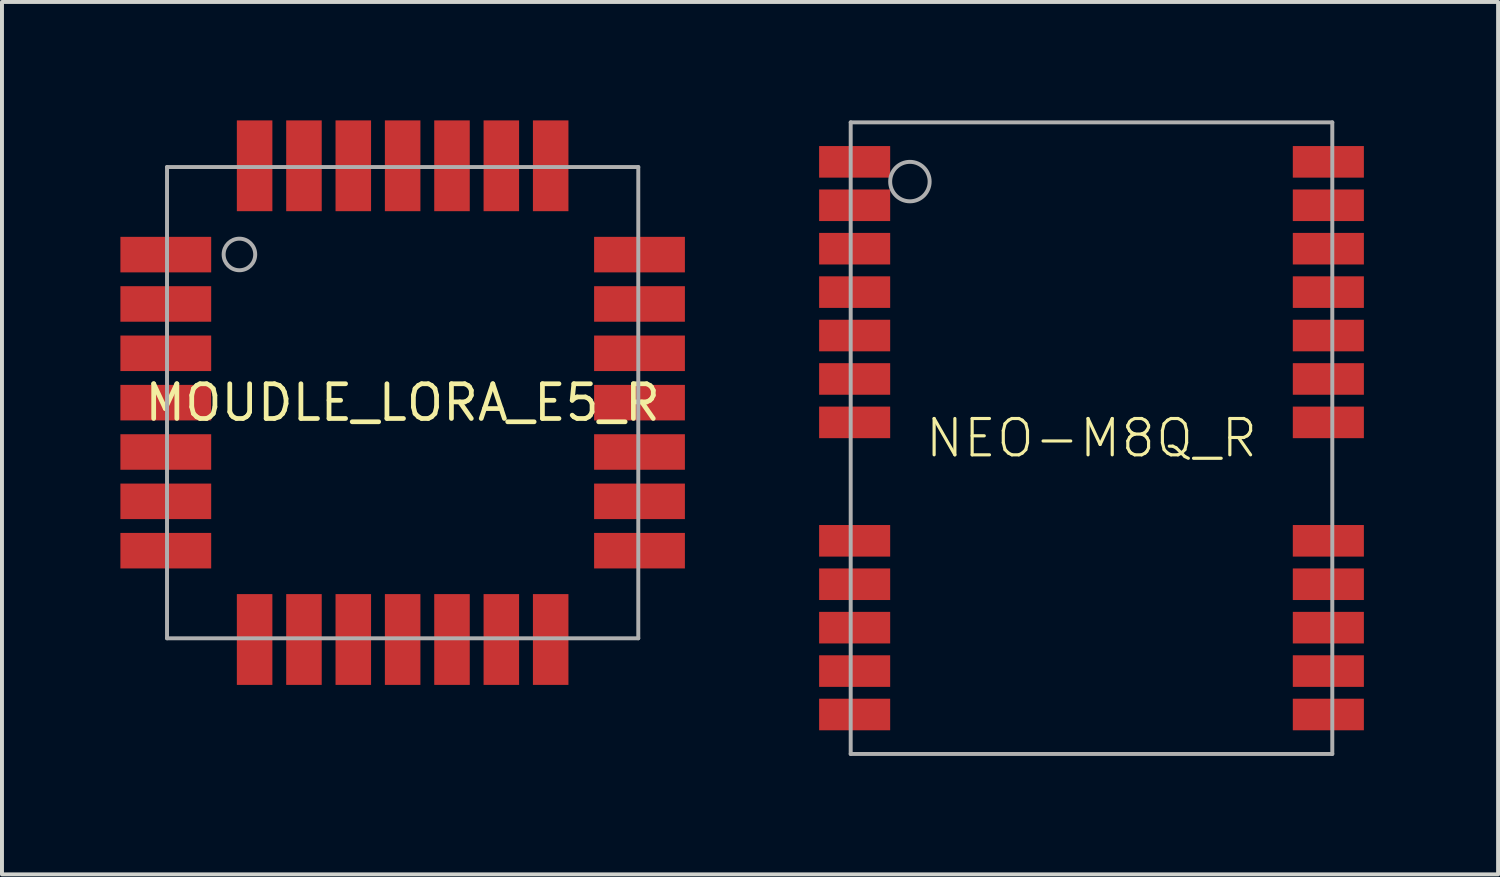
<source format=kicad_pcb>
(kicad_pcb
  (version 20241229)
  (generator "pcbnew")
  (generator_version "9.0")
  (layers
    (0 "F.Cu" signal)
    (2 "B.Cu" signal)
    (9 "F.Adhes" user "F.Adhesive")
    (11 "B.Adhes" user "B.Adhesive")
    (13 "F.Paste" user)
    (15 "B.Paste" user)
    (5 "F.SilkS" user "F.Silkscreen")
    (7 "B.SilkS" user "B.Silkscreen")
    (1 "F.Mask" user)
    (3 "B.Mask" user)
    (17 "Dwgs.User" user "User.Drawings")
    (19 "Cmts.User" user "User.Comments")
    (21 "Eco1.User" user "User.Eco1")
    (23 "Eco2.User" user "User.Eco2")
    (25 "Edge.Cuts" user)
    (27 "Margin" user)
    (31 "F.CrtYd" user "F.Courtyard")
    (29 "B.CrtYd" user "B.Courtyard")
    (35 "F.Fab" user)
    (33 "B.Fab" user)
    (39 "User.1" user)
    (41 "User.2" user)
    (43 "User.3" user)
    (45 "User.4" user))
  (footprint "MOUDLE_LORA_E5_R"
    (layer "F.Cu")
    (at 7.15 7.15)
    (property "Reference" "MOUDLE_LORA_E5_R" (at 0 0 0) (unlocked yes) (layer "F.SilkS") (effects (font (size 0.88 0.88) (thickness 0.12))))
    (fp_poly (pts (xy -4.85 -3.3) (xy -7.15 -3.3) (xy -7.15 -4.2) (xy -4.85 -4.2)) (stroke (width 0) (type default)) (fill yes) (layer "F.Paste"))
    (fp_poly (pts (xy -4.85 -2.05) (xy -7.15 -2.05) (xy -7.15 -2.95) (xy -4.85 -2.95)) (stroke (width 0) (type default)) (fill yes) (layer "F.Paste"))
    (fp_poly (pts (xy -4.85 -0.8) (xy -7.15 -0.8) (xy -7.15 -1.7) (xy -4.85 -1.7)) (stroke (width 0) (type default)) (fill yes) (layer "F.Paste"))
    (fp_poly (pts (xy -4.85 0.45) (xy -7.15 0.45) (xy -7.15 -0.45) (xy -4.85 -0.45)) (stroke (width 0) (type default)) (fill yes) (layer "F.Paste"))
    (fp_poly (pts (xy -4.85 1.7) (xy -7.15 1.7) (xy -7.15 0.8) (xy -4.85 0.8)) (stroke (width 0) (type default)) (fill yes) (layer "F.Paste"))
    (fp_poly (pts (xy -4.85 2.95) (xy -7.15 2.95) (xy -7.15 2.05) (xy -4.85 2.05)) (stroke (width 0) (type default)) (fill yes) (layer "F.Paste"))
    (fp_poly (pts (xy -4.85 4.2) (xy -7.15 4.2) (xy -7.15 3.3) (xy -4.85 3.3)) (stroke (width 0) (type default)) (fill yes) (layer "F.Paste"))
    (fp_poly (pts (xy -3.3 -4.85) (xy -4.2 -4.85) (xy -4.2 -7.15) (xy -3.3 -7.15)) (stroke (width 0) (type default)) (fill yes) (layer "F.Paste"))
    (fp_poly (pts (xy -3.3 7.15) (xy -4.2 7.15) (xy -4.2 4.85) (xy -3.3 4.85)) (stroke (width 0) (type default)) (fill yes) (layer "F.Paste"))
    (fp_poly (pts (xy -2.05 -4.85) (xy -2.95 -4.85) (xy -2.95 -7.15) (xy -2.05 -7.15)) (stroke (width 0) (type default)) (fill yes) (layer "F.Paste"))
    (fp_poly (pts (xy -2.05 7.15) (xy -2.95 7.15) (xy -2.95 4.85) (xy -2.05 4.85)) (stroke (width 0) (type default)) (fill yes) (layer "F.Paste"))
    (fp_poly (pts (xy -0.8 -4.85) (xy -1.7 -4.85) (xy -1.7 -7.15) (xy -0.8 -7.15)) (stroke (width 0) (type default)) (fill yes) (layer "F.Paste"))
    (fp_poly (pts (xy -0.8 7.15) (xy -1.7 7.15) (xy -1.7 4.85) (xy -0.8 4.85)) (stroke (width 0) (type default)) (fill yes) (layer "F.Paste"))
    (fp_poly (pts (xy 0.45 -4.85) (xy -0.45 -4.85) (xy -0.45 -7.15) (xy 0.45 -7.15)) (stroke (width 0) (type default)) (fill yes) (layer "F.Paste"))
    (fp_poly (pts (xy 0.45 7.15) (xy -0.45 7.15) (xy -0.45 4.85) (xy 0.45 4.85)) (stroke (width 0) (type default)) (fill yes) (layer "F.Paste"))
    (fp_poly (pts (xy 1.7 -4.85) (xy 0.8 -4.85) (xy 0.8 -7.15) (xy 1.7 -7.15)) (stroke (width 0) (type default)) (fill yes) (layer "F.Paste"))
    (fp_poly (pts (xy 1.7 7.15) (xy 0.8 7.15) (xy 0.8 4.85) (xy 1.7 4.85)) (stroke (width 0) (type default)) (fill yes) (layer "F.Paste"))
    (fp_poly (pts (xy 2.95 -4.85) (xy 2.05 -4.85) (xy 2.05 -7.15) (xy 2.95 -7.15)) (stroke (width 0) (type default)) (fill yes) (layer "F.Paste"))
    (fp_poly (pts (xy 2.95 7.15) (xy 2.05 7.15) (xy 2.05 4.85) (xy 2.95 4.85)) (stroke (width 0) (type default)) (fill yes) (layer "F.Paste"))
    (fp_poly (pts (xy 4.2 -4.85) (xy 3.3 -4.85) (xy 3.3 -7.15) (xy 4.2 -7.15)) (stroke (width 0) (type default)) (fill yes) (layer "F.Paste"))
    (fp_poly (pts (xy 4.2 7.15) (xy 3.3 7.15) (xy 3.3 4.85) (xy 4.2 4.85)) (stroke (width 0) (type default)) (fill yes) (layer "F.Paste"))
    (fp_poly (pts (xy 7.15 -3.3) (xy 4.85 -3.3) (xy 4.85 -4.2) (xy 7.15 -4.2)) (stroke (width 0) (type default)) (fill yes) (layer "F.Paste"))
    (fp_poly (pts (xy 7.15 -2.05) (xy 4.85 -2.05) (xy 4.85 -2.95) (xy 7.15 -2.95)) (stroke (width 0) (type default)) (fill yes) (layer "F.Paste"))
    (fp_poly (pts (xy 7.15 -0.8) (xy 4.85 -0.8) (xy 4.85 -1.7) (xy 7.15 -1.7)) (stroke (width 0) (type default)) (fill yes) (layer "F.Paste"))
    (fp_poly (pts (xy 7.15 0.45) (xy 4.85 0.45) (xy 4.85 -0.45) (xy 7.15 -0.45)) (stroke (width 0) (type default)) (fill yes) (layer "F.Paste"))
    (fp_poly (pts (xy 7.15 1.7) (xy 4.85 1.7) (xy 4.85 0.8) (xy 7.15 0.8)) (stroke (width 0) (type default)) (fill yes) (layer "F.Paste"))
    (fp_poly (pts (xy 7.15 2.95) (xy 4.85 2.95) (xy 4.85 2.05) (xy 7.15 2.05)) (stroke (width 0) (type default)) (fill yes) (layer "F.Paste"))
    (fp_poly (pts (xy 7.15 4.2) (xy 4.85 4.2) (xy 4.85 3.3) (xy 7.15 3.3)) (stroke (width 0) (type default)) (fill yes) (layer "F.Paste"))
    (fp_line (start -5.969 -5.969) (end -5.969 5.969) (stroke (width 0.1) (type solid)) (layer "F.Fab"))
    (fp_line (start 5.969 -5.969) (end -5.969 -5.969) (stroke (width 0.1) (type solid)) (layer "F.Fab"))
    (fp_line (start 5.969 -5.969) (end 5.969 5.969) (stroke (width 0.1) (type solid)) (layer "F.Fab"))
    (fp_line (start 5.969 5.969) (end -5.969 5.969) (stroke (width 0.1) (type solid)) (layer "F.Fab"))
    (fp_circle (center -4.135 -3.754) (end -3.735 -3.754) (stroke (width 0.1) (type solid)) (fill no) (layer "F.Fab"))
    (pad "1" smd rect (at -6 -3.75) (size 2.3 0.9) (layers "F.Cu" "F.Mask"))
    (pad "2" smd rect (at -6 -2.5) (size 2.3 0.9) (layers "F.Cu" "F.Mask"))
    (pad "3" smd rect (at -6 -1.25) (size 2.3 0.9) (layers "F.Cu" "F.Mask"))
    (pad "4" smd rect (at -6 0) (size 2.3 0.9) (layers "F.Cu" "F.Mask"))
    (pad "5" smd rect (at -6 1.25) (size 2.3 0.9) (layers "F.Cu" "F.Mask"))
    (pad "6" smd rect (at -6 2.5) (size 2.3 0.9) (layers "F.Cu" "F.Mask"))
    (pad "7" smd rect (at -6 3.75) (size 2.3 0.9) (layers "F.Cu" "F.Mask"))
    (pad "8" smd rect (at -3.75 6 90) (size 2.3 0.9) (layers "F.Cu" "F.Mask"))
    (pad "9" smd rect (at -2.5 6 90) (size 2.3 0.9) (layers "F.Cu" "F.Mask"))
    (pad "10" smd rect (at -1.25 6 90) (size 2.3 0.9) (layers "F.Cu" "F.Mask"))
    (pad "11" smd rect (at 0 6 90) (size 2.3 0.9) (layers "F.Cu" "F.Mask"))
    (pad "12" smd rect (at 1.25 6 90) (size 2.3 0.9) (layers "F.Cu" "F.Mask"))
    (pad "13" smd rect (at 2.5 6 90) (size 2.3 0.9) (layers "F.Cu" "F.Mask"))
    (pad "14" smd rect (at 3.75 6 90) (size 2.3 0.9) (layers "F.Cu" "F.Mask"))
    (pad "15" smd rect (at 6 3.75 180) (size 2.3 0.9) (layers "F.Cu" "F.Mask"))
    (pad "16" smd rect (at 6 2.5 180) (size 2.3 0.9) (layers "F.Cu" "F.Mask"))
    (pad "17" smd rect (at 6 1.25 180) (size 2.3 0.9) (layers "F.Cu" "F.Mask"))
    (pad "18" smd rect (at 6 0 180) (size 2.3 0.9) (layers "F.Cu" "F.Mask"))
    (pad "19" smd rect (at 6 -1.25 180) (size 2.3 0.9) (layers "F.Cu" "F.Mask"))
    (pad "20" smd rect (at 6 -2.5 180) (size 2.3 0.9) (layers "F.Cu" "F.Mask"))
    (pad "21" smd rect (at 6 -3.75 180) (size 2.3 0.9) (layers "F.Cu" "F.Mask"))
    (pad "22" smd rect (at 3.75 -6 270) (size 2.3 0.9) (layers "F.Cu" "F.Mask"))
    (pad "23" smd rect (at 2.5 -6 270) (size 2.3 0.9) (layers "F.Cu" "F.Mask"))
    (pad "24" smd rect (at 1.25 -6 270) (size 2.3 0.9) (layers "F.Cu" "F.Mask"))
    (pad "25" smd rect (at 0 -6 270) (size 2.3 0.9) (layers "F.Cu" "F.Mask"))
    (pad "26" smd rect (at -1.25 -6 270) (size 2.3 0.9) (layers "F.Cu" "F.Mask"))
    (pad "27" smd rect (at -2.5 -6 270) (size 2.3 0.9) (layers "F.Cu" "F.Mask"))
    (pad "28" smd rect (at -3.75 -6 270) (size 2.3 0.9) (layers "F.Cu" "F.Mask")))
  (footprint "NEO-M8Q_R"
    (layer "F.Cu")
    (at 24.6 8.05)
    (property "Reference" "NEO-M8Q_R" (at 0 0 0) (unlocked yes) (layer "F.SilkS") (effects (font (size 0.92 0.92) (thickness 0.08))))
    (fp_poly (pts (xy -5.05 -7.45) (xy -6.95 -7.45) (xy -6.95 -6.55) (xy -5.05 -6.55)) (stroke (width 0) (type default)) (fill yes) (layer "F.Mask"))
    (fp_poly (pts (xy -5.05 -6.35) (xy -6.95 -6.35) (xy -6.95 -5.45) (xy -5.05 -5.45)) (stroke (width 0) (type default)) (fill yes) (layer "F.Mask"))
    (fp_poly (pts (xy -5.05 -5.25) (xy -6.95 -5.25) (xy -6.95 -4.35) (xy -5.05 -4.35)) (stroke (width 0) (type default)) (fill yes) (layer "F.Mask"))
    (fp_poly (pts (xy -5.05 -4.15) (xy -6.95 -4.15) (xy -6.95 -3.25) (xy -5.05 -3.25)) (stroke (width 0) (type default)) (fill yes) (layer "F.Mask"))
    (fp_poly (pts (xy -5.05 -3.05) (xy -6.95 -3.05) (xy -6.95 -2.15) (xy -5.05 -2.15)) (stroke (width 0) (type default)) (fill yes) (layer "F.Mask"))
    (fp_poly (pts (xy -5.05 -1.95) (xy -6.95 -1.95) (xy -6.95 -1.05) (xy -5.05 -1.05)) (stroke (width 0) (type default)) (fill yes) (layer "F.Mask"))
    (fp_poly (pts (xy -5.05 -0.85) (xy -6.95 -0.85) (xy -6.95 0.05) (xy -5.05 0.05)) (stroke (width 0) (type default)) (fill yes) (layer "F.Mask"))
    (fp_poly (pts (xy -5.05 2.15) (xy -6.95 2.15) (xy -6.95 3.05) (xy -5.05 3.05)) (stroke (width 0) (type default)) (fill yes) (layer "F.Mask"))
    (fp_poly (pts (xy -5.05 3.25) (xy -6.95 3.25) (xy -6.95 4.15) (xy -5.05 4.15)) (stroke (width 0) (type default)) (fill yes) (layer "F.Mask"))
    (fp_poly (pts (xy -5.05 4.35) (xy -6.95 4.35) (xy -6.95 5.25) (xy -5.05 5.25)) (stroke (width 0) (type default)) (fill yes) (layer "F.Mask"))
    (fp_poly (pts (xy -5.05 5.45) (xy -6.95 5.45) (xy -6.95 6.35) (xy -5.05 6.35)) (stroke (width 0) (type default)) (fill yes) (layer "F.Mask"))
    (fp_poly (pts (xy -5.05 6.55) (xy -6.95 6.55) (xy -6.95 7.45) (xy -5.05 7.45)) (stroke (width 0) (type default)) (fill yes) (layer "F.Mask"))
    (fp_poly (pts (xy 6.95 -7.45) (xy 5.05 -7.45) (xy 5.05 -6.55) (xy 6.95 -6.55)) (stroke (width 0) (type default)) (fill yes) (layer "F.Mask"))
    (fp_poly (pts (xy 6.95 -6.35) (xy 5.05 -6.35) (xy 5.05 -5.45) (xy 6.95 -5.45)) (stroke (width 0) (type default)) (fill yes) (layer "F.Mask"))
    (fp_poly (pts (xy 6.95 -5.25) (xy 5.05 -5.25) (xy 5.05 -4.35) (xy 6.95 -4.35)) (stroke (width 0) (type default)) (fill yes) (layer "F.Mask"))
    (fp_poly (pts (xy 6.95 -4.15) (xy 5.05 -4.15) (xy 5.05 -3.25) (xy 6.95 -3.25)) (stroke (width 0) (type default)) (fill yes) (layer "F.Mask"))
    (fp_poly (pts (xy 6.95 -3.05) (xy 5.05 -3.05) (xy 5.05 -2.15) (xy 6.95 -2.15)) (stroke (width 0) (type default)) (fill yes) (layer "F.Mask"))
    (fp_poly (pts (xy 6.95 -1.95) (xy 5.05 -1.95) (xy 5.05 -1.05) (xy 6.95 -1.05)) (stroke (width 0) (type default)) (fill yes) (layer "F.Mask"))
    (fp_poly (pts (xy 6.95 -0.85) (xy 5.05 -0.85) (xy 5.05 0.05) (xy 6.95 0.05)) (stroke (width 0) (type default)) (fill yes) (layer "F.Mask"))
    (fp_poly (pts (xy 6.95 2.15) (xy 5.05 2.15) (xy 5.05 3.05) (xy 6.95 3.05)) (stroke (width 0) (type default)) (fill yes) (layer "F.Mask"))
    (fp_poly (pts (xy 6.95 3.25) (xy 5.05 3.25) (xy 5.05 4.15) (xy 6.95 4.15)) (stroke (width 0) (type default)) (fill yes) (layer "F.Mask"))
    (fp_poly (pts (xy 6.95 4.35) (xy 5.05 4.35) (xy 5.05 5.25) (xy 6.95 5.25)) (stroke (width 0) (type default)) (fill yes) (layer "F.Mask"))
    (fp_poly (pts (xy 6.95 5.45) (xy 5.05 5.45) (xy 5.05 6.35) (xy 6.95 6.35)) (stroke (width 0) (type default)) (fill yes) (layer "F.Mask"))
    (fp_poly (pts (xy 6.95 6.55) (xy 5.05 6.55) (xy 5.05 7.45) (xy 6.95 7.45)) (stroke (width 0) (type default)) (fill yes) (layer "F.Mask"))
    (fp_poly (pts (xy -7.3 -6.6) (xy -5.9 -6.6) (xy -5.9 -7.4) (xy -7.3 -7.4)) (stroke (width 0) (type default)) (fill yes) (layer "F.Paste"))
    (fp_poly (pts (xy -7.3 -5.5) (xy -5.9 -5.5) (xy -5.9 -6.3) (xy -7.3 -6.3)) (stroke (width 0) (type default)) (fill yes) (layer "F.Paste"))
    (fp_poly (pts (xy -7.3 -4.4) (xy -5.9 -4.4) (xy -5.9 -5.2) (xy -7.3 -5.2)) (stroke (width 0) (type default)) (fill yes) (layer "F.Paste"))
    (fp_poly (pts (xy -7.3 -3.3) (xy -5.9 -3.3) (xy -5.9 -4.1) (xy -7.3 -4.1)) (stroke (width 0) (type default)) (fill yes) (layer "F.Paste"))
    (fp_poly (pts (xy -7.3 -2.2) (xy -5.9 -2.2) (xy -5.9 -3) (xy -7.3 -3)) (stroke (width 0) (type default)) (fill yes) (layer "F.Paste"))
    (fp_poly (pts (xy -7.3 -1.1) (xy -5.9 -1.1) (xy -5.9 -1.9) (xy -7.3 -1.9)) (stroke (width 0) (type default)) (fill yes) (layer "F.Paste"))
    (fp_poly (pts (xy -7.3 0) (xy -5.9 0) (xy -5.9 -0.8) (xy -7.3 -0.8)) (stroke (width 0) (type default)) (fill yes) (layer "F.Paste"))
    (fp_poly (pts (xy -7.3 3) (xy -5.9 3) (xy -5.9 2.2) (xy -7.3 2.2)) (stroke (width 0) (type default)) (fill yes) (layer "F.Paste"))
    (fp_poly (pts (xy -7.3 4.1) (xy -5.9 4.1) (xy -5.9 3.3) (xy -7.3 3.3)) (stroke (width 0) (type default)) (fill yes) (layer "F.Paste"))
    (fp_poly (pts (xy -7.3 5.2) (xy -5.9 5.2) (xy -5.9 4.4) (xy -7.3 4.4)) (stroke (width 0) (type default)) (fill yes) (layer "F.Paste"))
    (fp_poly (pts (xy -7.3 6.3) (xy -5.9 6.3) (xy -5.9 5.5) (xy -7.3 5.5)) (stroke (width 0) (type default)) (fill yes) (layer "F.Paste"))
    (fp_poly (pts (xy -7.3 7.4) (xy -5.9 7.4) (xy -5.9 6.6) (xy -7.3 6.6)) (stroke (width 0) (type default)) (fill yes) (layer "F.Paste"))
    (fp_poly (pts (xy -5.9 -6.7) (xy -5.2 -6.7) (xy -5.2 -7.3) (xy -5.9 -7.3)) (stroke (width 0) (type default)) (fill yes) (layer "F.Paste"))
    (fp_poly (pts (xy -5.9 -5.6) (xy -5.2 -5.6) (xy -5.2 -6.2) (xy -5.9 -6.2)) (stroke (width 0) (type default)) (fill yes) (layer "F.Paste"))
    (fp_poly (pts (xy -5.9 -4.5) (xy -5.2 -4.5) (xy -5.2 -5.1) (xy -5.9 -5.1)) (stroke (width 0) (type default)) (fill yes) (layer "F.Paste"))
    (fp_poly (pts (xy -5.9 -3.4) (xy -5.2 -3.4) (xy -5.2 -4) (xy -5.9 -4)) (stroke (width 0) (type default)) (fill yes) (layer "F.Paste"))
    (fp_poly (pts (xy -5.9 -2.3) (xy -5.2 -2.3) (xy -5.2 -2.9) (xy -5.9 -2.9)) (stroke (width 0) (type default)) (fill yes) (layer "F.Paste"))
    (fp_poly (pts (xy -5.9 -1.2) (xy -5.2 -1.2) (xy -5.2 -1.8) (xy -5.9 -1.8)) (stroke (width 0) (type default)) (fill yes) (layer "F.Paste"))
    (fp_poly (pts (xy -5.9 -0.1) (xy -5.2 -0.1) (xy -5.2 -0.7) (xy -5.9 -0.7)) (stroke (width 0) (type default)) (fill yes) (layer "F.Paste"))
    (fp_poly (pts (xy -5.9 2.9) (xy -5.2 2.9) (xy -5.2 2.3) (xy -5.9 2.3)) (stroke (width 0) (type default)) (fill yes) (layer "F.Paste"))
    (fp_poly (pts (xy -5.9 4) (xy -5.2 4) (xy -5.2 3.4) (xy -5.9 3.4)) (stroke (width 0) (type default)) (fill yes) (layer "F.Paste"))
    (fp_poly (pts (xy -5.9 5.1) (xy -5.2 5.1) (xy -5.2 4.5) (xy -5.9 4.5)) (stroke (width 0) (type default)) (fill yes) (layer "F.Paste"))
    (fp_poly (pts (xy -5.9 6.2) (xy -5.2 6.2) (xy -5.2 5.6) (xy -5.9 5.6)) (stroke (width 0) (type default)) (fill yes) (layer "F.Paste"))
    (fp_poly (pts (xy -5.9 7.3) (xy -5.2 7.3) (xy -5.2 6.7) (xy -5.9 6.7)) (stroke (width 0) (type default)) (fill yes) (layer "F.Paste"))
    (fp_poly (pts (xy 5.9 -7.3) (xy 5.2 -7.3) (xy 5.2 -6.7) (xy 5.9 -6.7)) (stroke (width 0) (type default)) (fill yes) (layer "F.Paste"))
    (fp_poly (pts (xy 5.9 -6.2) (xy 5.2 -6.2) (xy 5.2 -5.6) (xy 5.9 -5.6)) (stroke (width 0) (type default)) (fill yes) (layer "F.Paste"))
    (fp_poly (pts (xy 5.9 -5.1) (xy 5.2 -5.1) (xy 5.2 -4.5) (xy 5.9 -4.5)) (stroke (width 0) (type default)) (fill yes) (layer "F.Paste"))
    (fp_poly (pts (xy 5.9 -4) (xy 5.2 -4) (xy 5.2 -3.4) (xy 5.9 -3.4)) (stroke (width 0) (type default)) (fill yes) (layer "F.Paste"))
    (fp_poly (pts (xy 5.9 -2.9) (xy 5.2 -2.9) (xy 5.2 -2.3) (xy 5.9 -2.3)) (stroke (width 0) (type default)) (fill yes) (layer "F.Paste"))
    (fp_poly (pts (xy 5.9 -1.8) (xy 5.2 -1.8) (xy 5.2 -1.2) (xy 5.9 -1.2)) (stroke (width 0) (type default)) (fill yes) (layer "F.Paste"))
    (fp_poly (pts (xy 5.9 -0.7) (xy 5.2 -0.7) (xy 5.2 -0.1) (xy 5.9 -0.1)) (stroke (width 0) (type default)) (fill yes) (layer "F.Paste"))
    (fp_poly (pts (xy 5.9 2.3) (xy 5.2 2.3) (xy 5.2 2.9) (xy 5.9 2.9)) (stroke (width 0) (type default)) (fill yes) (layer "F.Paste"))
    (fp_poly (pts (xy 5.9 3.4) (xy 5.2 3.4) (xy 5.2 4) (xy 5.9 4)) (stroke (width 0) (type default)) (fill yes) (layer "F.Paste"))
    (fp_poly (pts (xy 5.9 4.5) (xy 5.2 4.5) (xy 5.2 5.1) (xy 5.9 5.1)) (stroke (width 0) (type default)) (fill yes) (layer "F.Paste"))
    (fp_poly (pts (xy 5.9 5.6) (xy 5.2 5.6) (xy 5.2 6.2) (xy 5.9 6.2)) (stroke (width 0) (type default)) (fill yes) (layer "F.Paste"))
    (fp_poly (pts (xy 5.9 6.7) (xy 5.2 6.7) (xy 5.2 7.3) (xy 5.9 7.3)) (stroke (width 0) (type default)) (fill yes) (layer "F.Paste"))
    (fp_poly (pts (xy 7.3 -7.4) (xy 5.9 -7.4) (xy 5.9 -6.6) (xy 7.3 -6.6)) (stroke (width 0) (type default)) (fill yes) (layer "F.Paste"))
    (fp_poly (pts (xy 7.3 -6.3) (xy 5.9 -6.3) (xy 5.9 -5.5) (xy 7.3 -5.5)) (stroke (width 0) (type default)) (fill yes) (layer "F.Paste"))
    (fp_poly (pts (xy 7.3 -5.2) (xy 5.9 -5.2) (xy 5.9 -4.4) (xy 7.3 -4.4)) (stroke (width 0) (type default)) (fill yes) (layer "F.Paste"))
    (fp_poly (pts (xy 7.3 -4.1) (xy 5.9 -4.1) (xy 5.9 -3.3) (xy 7.3 -3.3)) (stroke (width 0) (type default)) (fill yes) (layer "F.Paste"))
    (fp_poly (pts (xy 7.3 -3) (xy 5.9 -3) (xy 5.9 -2.2) (xy 7.3 -2.2)) (stroke (width 0) (type default)) (fill yes) (layer "F.Paste"))
    (fp_poly (pts (xy 7.3 -1.9) (xy 5.9 -1.9) (xy 5.9 -1.1) (xy 7.3 -1.1)) (stroke (width 0) (type default)) (fill yes) (layer "F.Paste"))
    (fp_poly (pts (xy 7.3 -0.8) (xy 5.9 -0.8) (xy 5.9 0) (xy 7.3 0)) (stroke (width 0) (type default)) (fill yes) (layer "F.Paste"))
    (fp_poly (pts (xy 7.3 2.2) (xy 5.9 2.2) (xy 5.9 3) (xy 7.3 3)) (stroke (width 0) (type default)) (fill yes) (layer "F.Paste"))
    (fp_poly (pts (xy 7.3 3.3) (xy 5.9 3.3) (xy 5.9 4.1) (xy 7.3 4.1)) (stroke (width 0) (type default)) (fill yes) (layer "F.Paste"))
    (fp_poly (pts (xy 7.3 4.4) (xy 5.9 4.4) (xy 5.9 5.2) (xy 7.3 5.2)) (stroke (width 0) (type default)) (fill yes) (layer "F.Paste"))
    (fp_poly (pts (xy 7.3 5.5) (xy 5.9 5.5) (xy 5.9 6.3) (xy 7.3 6.3)) (stroke (width 0) (type default)) (fill yes) (layer "F.Paste"))
    (fp_poly (pts (xy 7.3 6.6) (xy 5.9 6.6) (xy 5.9 7.4) (xy 7.3 7.4)) (stroke (width 0) (type default)) (fill yes) (layer "F.Paste"))
    (fp_line (start -6.1 -8) (end -6.1 8) (stroke (width 0.1) (type solid)) (layer "F.Fab"))
    (fp_line (start -6.1 8) (end 6.1 8) (stroke (width 0.1) (type solid)) (layer "F.Fab"))
    (fp_line (start 6.1 -8) (end -6.1 -8) (stroke (width 0.1) (type solid)) (layer "F.Fab"))
    (fp_line (start 6.1 8) (end 6.1 -8) (stroke (width 0.1) (type solid)) (layer "F.Fab"))
    (fp_circle (center -4.6 -6.5) (end -4.1 -6.5) (stroke (width 0.1) (type solid)) (fill no) (layer "F.Fab"))
    (pad "1" smd rect (at -6 -7 180) (size 1.8 0.8) (layers "F.Cu"))
    (pad "2" smd rect (at -6 -5.9 180) (size 1.8 0.8) (layers "F.Cu"))
    (pad "3" smd rect (at -6 -4.8 180) (size 1.8 0.8) (layers "F.Cu"))
    (pad "4" smd rect (at -6 -3.7 180) (size 1.8 0.8) (layers "F.Cu"))
    (pad "5" smd rect (at -6 -2.6 180) (size 1.8 0.8) (layers "F.Cu"))
    (pad "6" smd rect (at -6 -1.5 180) (size 1.8 0.8) (layers "F.Cu"))
    (pad "7" smd rect (at -6 -0.4 180) (size 1.8 0.8) (layers "F.Cu"))
    (pad "8" smd rect (at -6 2.6 180) (size 1.8 0.8) (layers "F.Cu"))
    (pad "9" smd rect (at -6 3.7 180) (size 1.8 0.8) (layers "F.Cu"))
    (pad "10" smd rect (at -6 4.8 180) (size 1.8 0.8) (layers "F.Cu"))
    (pad "11" smd rect (at -6 5.9 180) (size 1.8 0.8) (layers "F.Cu"))
    (pad "12" smd rect (at -6 7 180) (size 1.8 0.8) (layers "F.Cu"))
    (pad "13" smd rect (at 6 7 180) (size 1.8 0.8) (layers "F.Cu"))
    (pad "14" smd rect (at 6 5.9 180) (size 1.8 0.8) (layers "F.Cu"))
    (pad "15" smd rect (at 6 4.8 180) (size 1.8 0.8) (layers "F.Cu"))
    (pad "16" smd rect (at 6 3.7 180) (size 1.8 0.8) (layers "F.Cu"))
    (pad "17" smd rect (at 6 2.6 180) (size 1.8 0.8) (layers "F.Cu"))
    (pad "18" smd rect (at 6 -0.4 180) (size 1.8 0.8) (layers "F.Cu"))
    (pad "19" smd rect (at 6 -1.5 180) (size 1.8 0.8) (layers "F.Cu"))
    (pad "20" smd rect (at 6 -2.6 180) (size 1.8 0.8) (layers "F.Cu"))
    (pad "21" smd rect (at 6 -3.7 180) (size 1.8 0.8) (layers "F.Cu"))
    (pad "22" smd rect (at 6 -4.8 180) (size 1.8 0.8) (layers "F.Cu"))
    (pad "23" smd rect (at 6 -5.9 180) (size 1.8 0.8) (layers "F.Cu"))
    (pad "24" smd rect (at 6 -7 180) (size 1.8 0.8) (layers "F.Cu")))
  (gr_rect
    (start -3 -3)
    (end 34.9 19.1)
    (stroke (width 0.1) (type default))
    (fill no)
    (layer "Edge.Cuts")))
</source>
